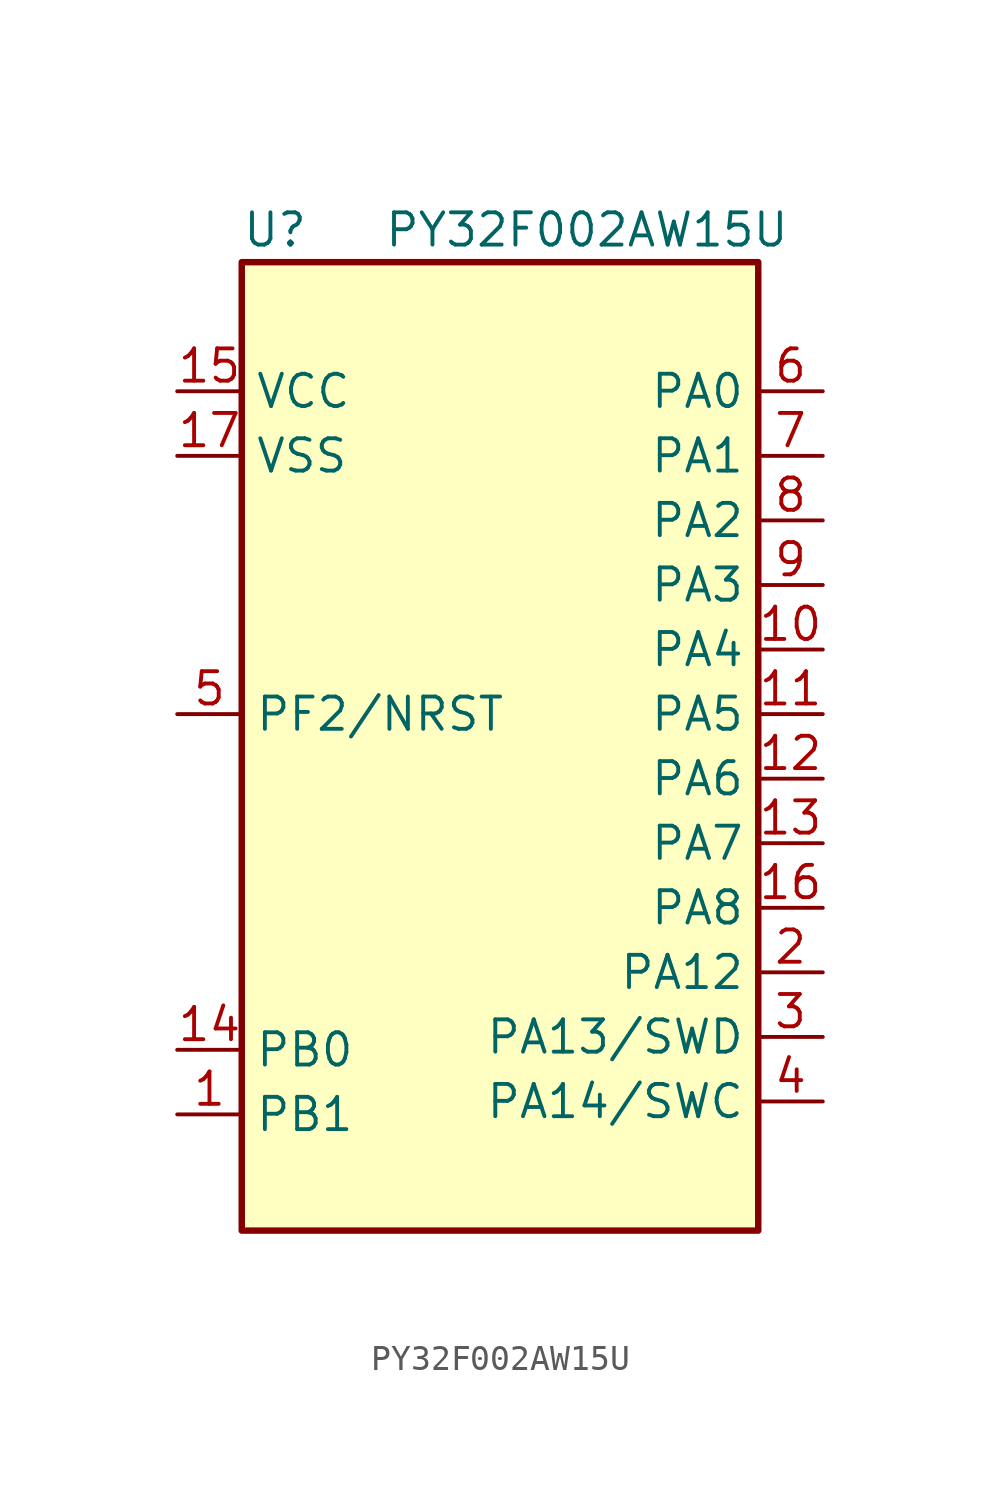
<source format=kicad_sym>
(kicad_symbol_lib
  (version 20220914)
  (generator kicad_symbol_editor)
  (symbol "PY32F002AW15U"
    (property "Reference" "U"
      (at -10.16 19.05 0)
      (effects (font (size 1.27 1.27)) (justify left)))
    (property "Value" "PY32F002AW15U"
      (at -4.572 19.05 0)
      (effects (font (size 1.27 1.27)) (justify left)))
    (symbol "PY32F002AW15U_0_1"
      (rectangle (start -10.16 17.78) (end 10.16 -20.32) (stroke (width 0.254) (type default)) (fill (type background))))
    (symbol "PY32F002AW15U_1_1"
      (pin bidirectional line (at -12.7 -15.748 0) (length 2.54) (name "PB1" (effects (font (size 1.27 1.27)))) (number "1" (effects (font (size 1.27 1.27)))))
      (pin bidirectional line (at 12.7 2.54 180) (length 2.54) (name "PA4" (effects (font (size 1.27 1.27)))) (number "10" (effects (font (size 1.27 1.27)))))
      (pin bidirectional line (at 12.7 0 180) (length 2.54) (name "PA5" (effects (font (size 1.27 1.27)))) (number "11" (effects (font (size 1.27 1.27)))))
      (pin bidirectional line (at 12.7 -2.54 180) (length 2.54) (name "PA6" (effects (font (size 1.27 1.27)))) (number "12" (effects (font (size 1.27 1.27)))))
      (pin bidirectional line (at 12.7 -5.08 180) (length 2.54) (name "PA7" (effects (font (size 1.27 1.27)))) (number "13" (effects (font (size 1.27 1.27)))))
      (pin bidirectional line (at -12.7 -13.208 0) (length 2.54) (name "PB0" (effects (font (size 1.27 1.27)))) (number "14" (effects (font (size 1.27 1.27)))))
      (pin power_in line (at -12.7 12.7 0) (length 2.54) (name "VCC" (effects (font (size 1.27 1.27)))) (number "15" (effects (font (size 1.27 1.27)))))
      (pin bidirectional line (at 12.7 -7.62 180) (length 2.54) (name "PA8" (effects (font (size 1.27 1.27)))) (number "16" (effects (font (size 1.27 1.27)))))
      (pin power_in line (at -12.7 10.16 0) (length 2.54) (name "VSS" (effects (font (size 1.27 1.27)))) (number "17" (effects (font (size 1.27 1.27)))))
      (pin bidirectional line (at 12.7 -10.16 180) (length 2.54) (name "PA12" (effects (font (size 1.27 1.27)))) (number "2" (effects (font (size 1.27 1.27)))))
      (pin bidirectional line (at 12.7 -12.7 180) (length 2.54) (name "PA13/SWD" (effects (font (size 1.27 1.27)))) (number "3" (effects (font (size 1.27 1.27)))))
      (pin bidirectional line (at 12.7 -15.24 180) (length 2.54) (name "PA14/SWC" (effects (font (size 1.27 1.27)))) (number "4" (effects (font (size 1.27 1.27)))))
      (pin bidirectional line (at -12.7 0 0) (length 2.54) (name "PF2/NRST" (effects (font (size 1.27 1.27)))) (number "5" (effects (font (size 1.27 1.27)))))
      (pin bidirectional line (at 12.7 12.7 180) (length 2.54) (name "PA0" (effects (font (size 1.27 1.27)))) (number "6" (effects (font (size 1.27 1.27)))))
      (pin bidirectional line (at 12.7 10.16 180) (length 2.54) (name "PA1" (effects (font (size 1.27 1.27)))) (number "7" (effects (font (size 1.27 1.27)))))
      (pin bidirectional line (at 12.7 7.62 180) (length 2.54) (name "PA2" (effects (font (size 1.27 1.27)))) (number "8" (effects (font (size 1.27 1.27)))))
      (pin bidirectional line (at 12.7 5.08 180) (length 2.54) (name "PA3" (effects (font (size 1.27 1.27)))) (number "9" (effects (font (size 1.27 1.27))))))))
</source>
